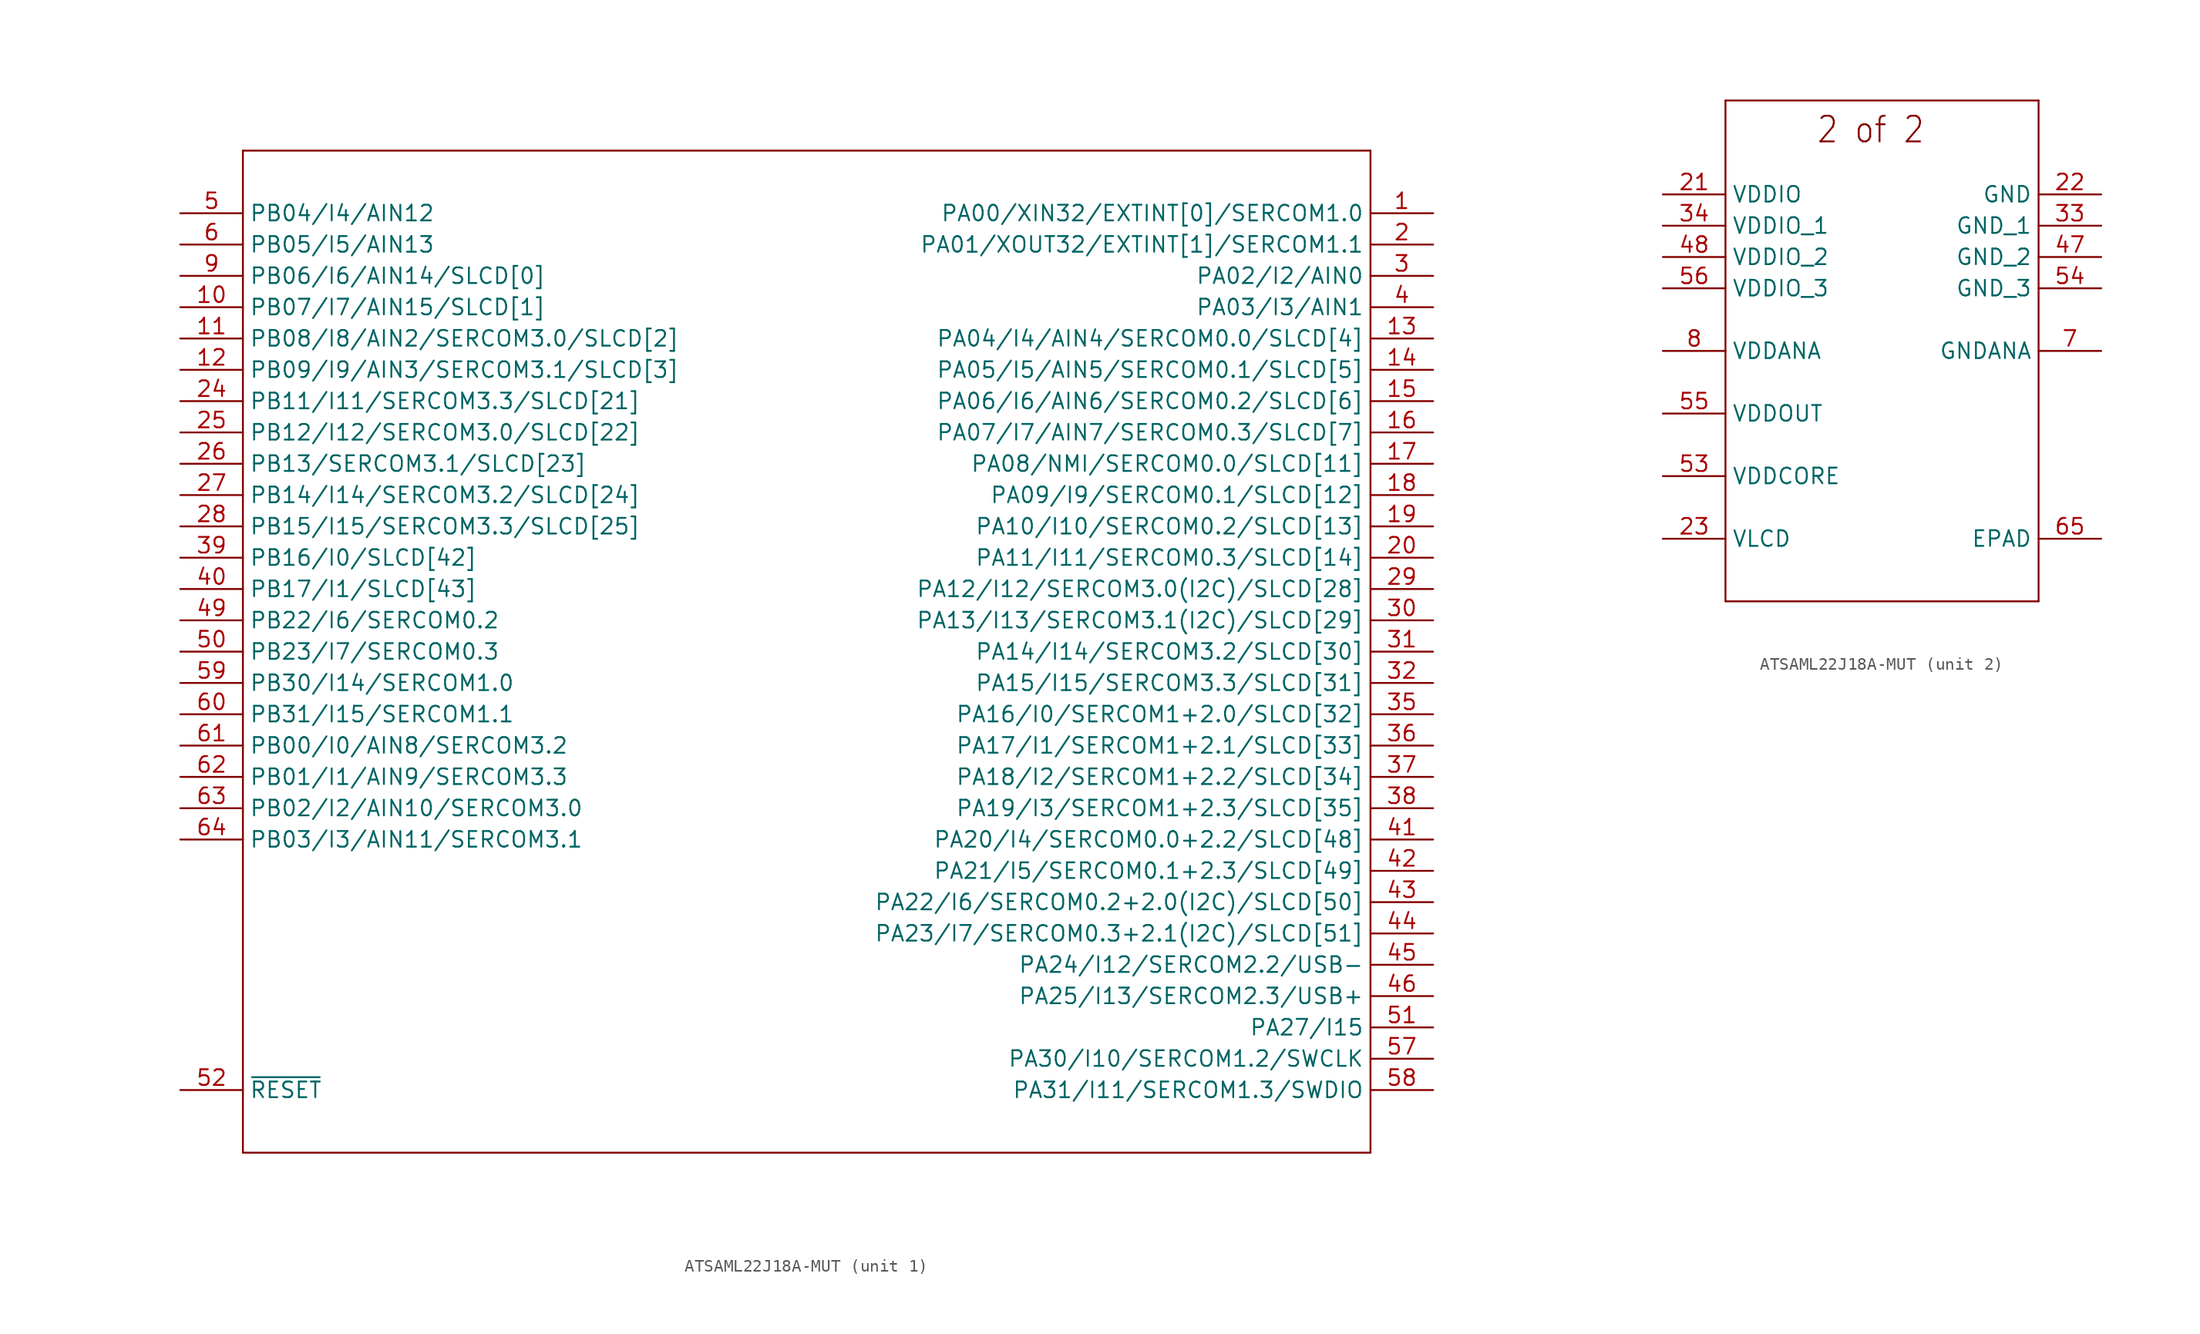
<source format=kicad_sym>
(kicad_symbol_lib
  (version 20220914)
  (generator kicad_symbol_editor)
  (symbol "ATSAML22J18A-MUT"
    (property "Reference" "U"
      (at -4.724 24.359 0)
      (effects (font (size 2.083 1.77)) (justify left bottom) hide))
    (property "ki_locked" ""
      (at 0 0 0)
      (effects (font (size 1.27 1.27))))
    (symbol "ATSAML22J18A-MUT_1_0"
      (polyline (pts (xy -45.72 -40.64) (xy 45.72 -40.64)) (stroke (width 0.152) (type solid)) (fill (type none)))
      (polyline (pts (xy -45.72 40.64) (xy -45.72 -40.64)) (stroke (width 0.152) (type solid)) (fill (type none)))
      (polyline (pts (xy 45.72 -40.64) (xy 45.72 40.64)) (stroke (width 0.152) (type solid)) (fill (type none)))
      (polyline (pts (xy 45.72 40.64) (xy -45.72 40.64)) (stroke (width 0.152) (type solid)) (fill (type none)))
      (pin bidirectional line (at 50.8 35.56 180) (length 5.08) (name "PA00/XIN32/EXTINT[0]/SERCOM1.0" (effects (font (size 1.27 1.27)))) (number "1" (effects (font (size 1.27 1.27)))))
      (pin bidirectional line (at -50.8 27.94 0) (length 5.08) (name "PB07/I7/AIN15/SLCD[1]" (effects (font (size 1.27 1.27)))) (number "10" (effects (font (size 1.27 1.27)))))
      (pin bidirectional line (at -50.8 25.4 0) (length 5.08) (name "PB08/I8/AIN2/SERCOM3.0/SLCD[2]" (effects (font (size 1.27 1.27)))) (number "11" (effects (font (size 1.27 1.27)))))
      (pin bidirectional line (at -50.8 22.86 0) (length 5.08) (name "PB09/I9/AIN3/SERCOM3.1/SLCD[3]" (effects (font (size 1.27 1.27)))) (number "12" (effects (font (size 1.27 1.27)))))
      (pin bidirectional line (at 50.8 25.4 180) (length 5.08) (name "PA04/I4/AIN4/SERCOM0.0/SLCD[4]" (effects (font (size 1.27 1.27)))) (number "13" (effects (font (size 1.27 1.27)))))
      (pin bidirectional line (at 50.8 22.86 180) (length 5.08) (name "PA05/I5/AIN5/SERCOM0.1/SLCD[5]" (effects (font (size 1.27 1.27)))) (number "14" (effects (font (size 1.27 1.27)))))
      (pin bidirectional line (at 50.8 20.32 180) (length 5.08) (name "PA06/I6/AIN6/SERCOM0.2/SLCD[6]" (effects (font (size 1.27 1.27)))) (number "15" (effects (font (size 1.27 1.27)))))
      (pin bidirectional line (at 50.8 17.78 180) (length 5.08) (name "PA07/I7/AIN7/SERCOM0.3/SLCD[7]" (effects (font (size 1.27 1.27)))) (number "16" (effects (font (size 1.27 1.27)))))
      (pin bidirectional line (at 50.8 15.24 180) (length 5.08) (name "PA08/NMI/SERCOM0.0/SLCD[11]" (effects (font (size 1.27 1.27)))) (number "17" (effects (font (size 1.27 1.27)))))
      (pin bidirectional line (at 50.8 12.7 180) (length 5.08) (name "PA09/I9/SERCOM0.1/SLCD[12]" (effects (font (size 1.27 1.27)))) (number "18" (effects (font (size 1.27 1.27)))))
      (pin bidirectional line (at 50.8 10.16 180) (length 5.08) (name "PA10/I10/SERCOM0.2/SLCD[13]" (effects (font (size 1.27 1.27)))) (number "19" (effects (font (size 1.27 1.27)))))
      (pin bidirectional line (at 50.8 33.02 180) (length 5.08) (name "PA01/XOUT32/EXTINT[1]/SERCOM1.1" (effects (font (size 1.27 1.27)))) (number "2" (effects (font (size 1.27 1.27)))))
      (pin bidirectional line (at 50.8 7.62 180) (length 5.08) (name "PA11/I11/SERCOM0.3/SLCD[14]" (effects (font (size 1.27 1.27)))) (number "20" (effects (font (size 1.27 1.27)))))
      (pin bidirectional line (at -50.8 20.32 0) (length 5.08) (name "PB11/I11/SERCOM3.3/SLCD[21]" (effects (font (size 1.27 1.27)))) (number "24" (effects (font (size 1.27 1.27)))))
      (pin bidirectional line (at -50.8 17.78 0) (length 5.08) (name "PB12/I12/SERCOM3.0/SLCD[22]" (effects (font (size 1.27 1.27)))) (number "25" (effects (font (size 1.27 1.27)))))
      (pin bidirectional line (at -50.8 15.24 0) (length 5.08) (name "PB13/SERCOM3.1/SLCD[23]" (effects (font (size 1.27 1.27)))) (number "26" (effects (font (size 1.27 1.27)))))
      (pin bidirectional line (at -50.8 12.7 0) (length 5.08) (name "PB14/I14/SERCOM3.2/SLCD[24]" (effects (font (size 1.27 1.27)))) (number "27" (effects (font (size 1.27 1.27)))))
      (pin bidirectional line (at -50.8 10.16 0) (length 5.08) (name "PB15/I15/SERCOM3.3/SLCD[25]" (effects (font (size 1.27 1.27)))) (number "28" (effects (font (size 1.27 1.27)))))
      (pin bidirectional line (at 50.8 5.08 180) (length 5.08) (name "PA12/I12/SERCOM3.0(I2C)/SLCD[28]" (effects (font (size 1.27 1.27)))) (number "29" (effects (font (size 1.27 1.27)))))
      (pin bidirectional line (at 50.8 30.48 180) (length 5.08) (name "PA02/I2/AIN0" (effects (font (size 1.27 1.27)))) (number "3" (effects (font (size 1.27 1.27)))))
      (pin bidirectional line (at 50.8 2.54 180) (length 5.08) (name "PA13/I13/SERCOM3.1(I2C)/SLCD[29]" (effects (font (size 1.27 1.27)))) (number "30" (effects (font (size 1.27 1.27)))))
      (pin bidirectional line (at 50.8 0 180) (length 5.08) (name "PA14/I14/SERCOM3.2/SLCD[30]" (effects (font (size 1.27 1.27)))) (number "31" (effects (font (size 1.27 1.27)))))
      (pin bidirectional line (at 50.8 -2.54 180) (length 5.08) (name "PA15/I15/SERCOM3.3/SLCD[31]" (effects (font (size 1.27 1.27)))) (number "32" (effects (font (size 1.27 1.27)))))
      (pin bidirectional line (at 50.8 -5.08 180) (length 5.08) (name "PA16/I0/SERCOM1+2.0/SLCD[32]" (effects (font (size 1.27 1.27)))) (number "35" (effects (font (size 1.27 1.27)))))
      (pin bidirectional line (at 50.8 -7.62 180) (length 5.08) (name "PA17/I1/SERCOM1+2.1/SLCD[33]" (effects (font (size 1.27 1.27)))) (number "36" (effects (font (size 1.27 1.27)))))
      (pin bidirectional line (at 50.8 -10.16 180) (length 5.08) (name "PA18/I2/SERCOM1+2.2/SLCD[34]" (effects (font (size 1.27 1.27)))) (number "37" (effects (font (size 1.27 1.27)))))
      (pin bidirectional line (at 50.8 -12.7 180) (length 5.08) (name "PA19/I3/SERCOM1+2.3/SLCD[35]" (effects (font (size 1.27 1.27)))) (number "38" (effects (font (size 1.27 1.27)))))
      (pin bidirectional line (at -50.8 7.62 0) (length 5.08) (name "PB16/I0/SLCD[42]" (effects (font (size 1.27 1.27)))) (number "39" (effects (font (size 1.27 1.27)))))
      (pin bidirectional line (at 50.8 27.94 180) (length 5.08) (name "PA03/I3/AIN1" (effects (font (size 1.27 1.27)))) (number "4" (effects (font (size 1.27 1.27)))))
      (pin bidirectional line (at -50.8 5.08 0) (length 5.08) (name "PB17/I1/SLCD[43]" (effects (font (size 1.27 1.27)))) (number "40" (effects (font (size 1.27 1.27)))))
      (pin bidirectional line (at 50.8 -15.24 180) (length 5.08) (name "PA20/I4/SERCOM0.0+2.2/SLCD[48]" (effects (font (size 1.27 1.27)))) (number "41" (effects (font (size 1.27 1.27)))))
      (pin bidirectional line (at 50.8 -17.78 180) (length 5.08) (name "PA21/I5/SERCOM0.1+2.3/SLCD[49]" (effects (font (size 1.27 1.27)))) (number "42" (effects (font (size 1.27 1.27)))))
      (pin bidirectional line (at 50.8 -20.32 180) (length 5.08) (name "PA22/I6/SERCOM0.2+2.0(I2C)/SLCD[50]" (effects (font (size 1.27 1.27)))) (number "43" (effects (font (size 1.27 1.27)))))
      (pin bidirectional line (at 50.8 -22.86 180) (length 5.08) (name "PA23/I7/SERCOM0.3+2.1(I2C)/SLCD[51]" (effects (font (size 1.27 1.27)))) (number "44" (effects (font (size 1.27 1.27)))))
      (pin bidirectional line (at 50.8 -25.4 180) (length 5.08) (name "PA24/I12/SERCOM2.2/USB-" (effects (font (size 1.27 1.27)))) (number "45" (effects (font (size 1.27 1.27)))))
      (pin bidirectional line (at 50.8 -27.94 180) (length 5.08) (name "PA25/I13/SERCOM2.3/USB+" (effects (font (size 1.27 1.27)))) (number "46" (effects (font (size 1.27 1.27)))))
      (pin bidirectional line (at -50.8 2.54 0) (length 5.08) (name "PB22/I6/SERCOM0.2" (effects (font (size 1.27 1.27)))) (number "49" (effects (font (size 1.27 1.27)))))
      (pin bidirectional line (at -50.8 35.56 0) (length 5.08) (name "PB04/I4/AIN12" (effects (font (size 1.27 1.27)))) (number "5" (effects (font (size 1.27 1.27)))))
      (pin bidirectional line (at -50.8 0 0) (length 5.08) (name "PB23/I7/SERCOM0.3" (effects (font (size 1.27 1.27)))) (number "50" (effects (font (size 1.27 1.27)))))
      (pin bidirectional line (at 50.8 -30.48 180) (length 5.08) (name "PA27/I15" (effects (font (size 1.27 1.27)))) (number "51" (effects (font (size 1.27 1.27)))))
      (pin bidirectional line (at -50.8 -35.56 0) (length 5.08) (name "~{RESET}" (effects (font (size 1.27 1.27)))) (number "52" (effects (font (size 1.27 1.27)))))
      (pin bidirectional line (at 50.8 -33.02 180) (length 5.08) (name "PA30/I10/SERCOM1.2/SWCLK" (effects (font (size 1.27 1.27)))) (number "57" (effects (font (size 1.27 1.27)))))
      (pin bidirectional line (at 50.8 -35.56 180) (length 5.08) (name "PA31/I11/SERCOM1.3/SWDIO" (effects (font (size 1.27 1.27)))) (number "58" (effects (font (size 1.27 1.27)))))
      (pin bidirectional line (at -50.8 -2.54 0) (length 5.08) (name "PB30/I14/SERCOM1.0" (effects (font (size 1.27 1.27)))) (number "59" (effects (font (size 1.27 1.27)))))
      (pin bidirectional line (at -50.8 33.02 0) (length 5.08) (name "PB05/I5/AIN13" (effects (font (size 1.27 1.27)))) (number "6" (effects (font (size 1.27 1.27)))))
      (pin bidirectional line (at -50.8 -5.08 0) (length 5.08) (name "PB31/I15/SERCOM1.1" (effects (font (size 1.27 1.27)))) (number "60" (effects (font (size 1.27 1.27)))))
      (pin bidirectional line (at -50.8 -7.62 0) (length 5.08) (name "PB00/I0/AIN8/SERCOM3.2" (effects (font (size 1.27 1.27)))) (number "61" (effects (font (size 1.27 1.27)))))
      (pin bidirectional line (at -50.8 -10.16 0) (length 5.08) (name "PB01/I1/AIN9/SERCOM3.3" (effects (font (size 1.27 1.27)))) (number "62" (effects (font (size 1.27 1.27)))))
      (pin bidirectional line (at -50.8 -12.7 0) (length 5.08) (name "PB02/I2/AIN10/SERCOM3.0" (effects (font (size 1.27 1.27)))) (number "63" (effects (font (size 1.27 1.27)))))
      (pin bidirectional line (at -50.8 -15.24 0) (length 5.08) (name "PB03/I3/AIN11/SERCOM3.1" (effects (font (size 1.27 1.27)))) (number "64" (effects (font (size 1.27 1.27)))))
      (pin bidirectional line (at -50.8 30.48 0) (length 5.08) (name "PB06/I6/AIN14/SLCD[0]" (effects (font (size 1.27 1.27)))) (number "9" (effects (font (size 1.27 1.27))))))
    (symbol "ATSAML22J18A-MUT_2_0"
      (polyline (pts (xy -12.7 -20.32) (xy 12.7 -20.32)) (stroke (width 0.152) (type solid)) (fill (type none)))
      (polyline (pts (xy -12.7 20.32) (xy -12.7 -20.32)) (stroke (width 0.152) (type solid)) (fill (type none)))
      (polyline (pts (xy 12.7 -20.32) (xy 12.7 20.32)) (stroke (width 0.152) (type solid)) (fill (type none)))
      (polyline (pts (xy 12.7 20.32) (xy -12.7 20.32)) (stroke (width 0.152) (type solid)) (fill (type none)))
      (text "2 of 2" (at -5.359 16.739 0) (effects (font (size 2.083 1.77)) (justify left bottom)))
      (pin power_in line (at -17.78 12.7 0) (length 5.08) (name "VDDIO" (effects (font (size 1.27 1.27)))) (number "21" (effects (font (size 1.27 1.27)))))
      (pin passive line (at 17.78 12.7 180) (length 5.08) (name "GND" (effects (font (size 1.27 1.27)))) (number "22" (effects (font (size 1.27 1.27)))))
      (pin passive line (at -17.78 -15.24 0) (length 5.08) (name "VLCD" (effects (font (size 1.27 1.27)))) (number "23" (effects (font (size 1.27 1.27)))))
      (pin passive line (at 17.78 10.16 180) (length 5.08) (name "GND_1" (effects (font (size 1.27 1.27)))) (number "33" (effects (font (size 1.27 1.27)))))
      (pin power_in line (at -17.78 10.16 0) (length 5.08) (name "VDDIO_1" (effects (font (size 1.27 1.27)))) (number "34" (effects (font (size 1.27 1.27)))))
      (pin passive line (at 17.78 7.62 180) (length 5.08) (name "GND_2" (effects (font (size 1.27 1.27)))) (number "47" (effects (font (size 1.27 1.27)))))
      (pin power_in line (at -17.78 7.62 0) (length 5.08) (name "VDDIO_2" (effects (font (size 1.27 1.27)))) (number "48" (effects (font (size 1.27 1.27)))))
      (pin power_in line (at -17.78 -10.16 0) (length 5.08) (name "VDDCORE" (effects (font (size 1.27 1.27)))) (number "53" (effects (font (size 1.27 1.27)))))
      (pin passive line (at 17.78 5.08 180) (length 5.08) (name "GND_3" (effects (font (size 1.27 1.27)))) (number "54" (effects (font (size 1.27 1.27)))))
      (pin output line (at -17.78 -5.08 0) (length 5.08) (name "VDDOUT" (effects (font (size 1.27 1.27)))) (number "55" (effects (font (size 1.27 1.27)))))
      (pin power_in line (at -17.78 5.08 0) (length 5.08) (name "VDDIO_3" (effects (font (size 1.27 1.27)))) (number "56" (effects (font (size 1.27 1.27)))))
      (pin passive line (at 17.78 -15.24 180) (length 5.08) (name "EPAD" (effects (font (size 1.27 1.27)))) (number "65" (effects (font (size 1.27 1.27)))))
      (pin passive line (at 17.78 0 180) (length 5.08) (name "GNDANA" (effects (font (size 1.27 1.27)))) (number "7" (effects (font (size 1.27 1.27)))))
      (pin power_in line (at -17.78 0 0) (length 5.08) (name "VDDANA" (effects (font (size 1.27 1.27)))) (number "8" (effects (font (size 1.27 1.27))))))))
</source>
